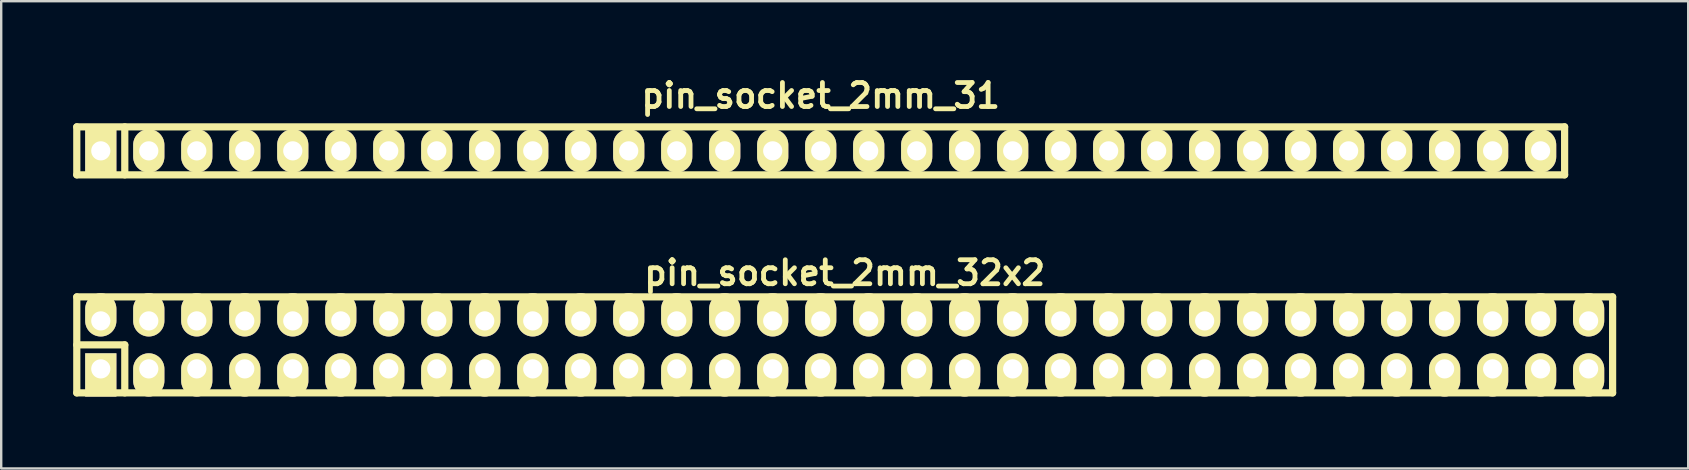
<source format=kicad_pcb>
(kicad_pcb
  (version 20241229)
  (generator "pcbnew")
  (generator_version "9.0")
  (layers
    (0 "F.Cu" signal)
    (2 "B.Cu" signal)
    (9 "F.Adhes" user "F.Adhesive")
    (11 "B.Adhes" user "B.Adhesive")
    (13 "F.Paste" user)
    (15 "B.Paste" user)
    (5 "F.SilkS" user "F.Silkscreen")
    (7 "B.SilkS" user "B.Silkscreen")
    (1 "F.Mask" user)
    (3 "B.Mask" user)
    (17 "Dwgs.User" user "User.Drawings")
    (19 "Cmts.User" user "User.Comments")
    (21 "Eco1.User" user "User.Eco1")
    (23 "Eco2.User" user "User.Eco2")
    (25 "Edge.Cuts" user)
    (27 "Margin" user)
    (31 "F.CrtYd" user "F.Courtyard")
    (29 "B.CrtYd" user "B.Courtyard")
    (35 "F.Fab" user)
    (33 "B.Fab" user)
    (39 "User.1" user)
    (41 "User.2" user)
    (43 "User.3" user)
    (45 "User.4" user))
  (footprint "pin_socket_2mm_31"
    (layer "F.Cu")
    (at 31.15 3.236)
    (property "Reference" "pin_socket_2mm_31" (at 0 -2.3 0) (layer "F.SilkS") (effects (font (size 1 1) (thickness 0.2))))
    (attr through_hole)
    (fp_line (start -31 -1) (end 31 -1) (stroke (width 0.3) (type solid)) (layer "F.SilkS"))
    (fp_line (start -31 1) (end -31 -1) (stroke (width 0.3) (type solid)) (layer "F.SilkS"))
    (fp_line (start -29 -1) (end -29 1) (stroke (width 0.3) (type solid)) (layer "F.SilkS"))
    (fp_line (start 31 -1) (end 31 1) (stroke (width 0.3) (type solid)) (layer "F.SilkS"))
    (fp_line (start 31 1) (end -31 1) (stroke (width 0.3) (type solid)) (layer "F.SilkS"))
    (pad "1" thru_hole rect (at -30 0) (size 1.3 1.8) (drill 0.8) (layers "*.Cu" "*.Mask" "F.SilkS"))
    (pad "2" thru_hole oval (at -28 0) (size 1.3 1.8) (drill 0.8) (layers "*.Cu" "*.Mask" "F.SilkS"))
    (pad "3" thru_hole oval (at -26 0) (size 1.3 1.8) (drill 0.8) (layers "*.Cu" "*.Mask" "F.SilkS"))
    (pad "4" thru_hole oval (at -24 0) (size 1.3 1.8) (drill 0.8) (layers "*.Cu" "*.Mask" "F.SilkS"))
    (pad "5" thru_hole oval (at -22 0) (size 1.3 1.8) (drill 0.8) (layers "*.Cu" "*.Mask" "F.SilkS"))
    (pad "6" thru_hole oval (at -20 0) (size 1.3 1.8) (drill 0.8) (layers "*.Cu" "*.Mask" "F.SilkS"))
    (pad "7" thru_hole oval (at -18 0) (size 1.3 1.8) (drill 0.8) (layers "*.Cu" "*.Mask" "F.SilkS"))
    (pad "8" thru_hole oval (at -16 0) (size 1.3 1.8) (drill 0.8) (layers "*.Cu" "*.Mask" "F.SilkS"))
    (pad "9" thru_hole oval (at -14 0) (size 1.3 1.8) (drill 0.8) (layers "*.Cu" "*.Mask" "F.SilkS"))
    (pad "10" thru_hole oval (at -12 0) (size 1.3 1.8) (drill 0.8) (layers "*.Cu" "*.Mask" "F.SilkS"))
    (pad "11" thru_hole oval (at -10 0) (size 1.3 1.8) (drill 0.8) (layers "*.Cu" "*.Mask" "F.SilkS"))
    (pad "12" thru_hole oval (at -8 0) (size 1.3 1.8) (drill 0.8) (layers "*.Cu" "*.Mask" "F.SilkS"))
    (pad "13" thru_hole oval (at -6 0) (size 1.3 1.8) (drill 0.8) (layers "*.Cu" "*.Mask" "F.SilkS"))
    (pad "14" thru_hole oval (at -4 0) (size 1.3 1.8) (drill 0.8) (layers "*.Cu" "*.Mask" "F.SilkS"))
    (pad "15" thru_hole oval (at -2 0) (size 1.3 1.8) (drill 0.8) (layers "*.Cu" "*.Mask" "F.SilkS"))
    (pad "16" thru_hole oval (at 0 0) (size 1.3 1.8) (drill 0.8) (layers "*.Cu" "*.Mask" "F.SilkS"))
    (pad "17" thru_hole oval (at 2 0) (size 1.3 1.8) (drill 0.8) (layers "*.Cu" "*.Mask" "F.SilkS"))
    (pad "18" thru_hole oval (at 4 0) (size 1.3 1.8) (drill 0.8) (layers "*.Cu" "*.Mask" "F.SilkS"))
    (pad "19" thru_hole oval (at 6 0) (size 1.3 1.8) (drill 0.8) (layers "*.Cu" "*.Mask" "F.SilkS"))
    (pad "20" thru_hole oval (at 8 0) (size 1.3 1.8) (drill 0.8) (layers "*.Cu" "*.Mask" "F.SilkS"))
    (pad "21" thru_hole oval (at 10 0) (size 1.3 1.8) (drill 0.8) (layers "*.Cu" "*.Mask" "F.SilkS"))
    (pad "22" thru_hole oval (at 12 0) (size 1.3 1.8) (drill 0.8) (layers "*.Cu" "*.Mask" "F.SilkS"))
    (pad "23" thru_hole oval (at 14 0) (size 1.3 1.8) (drill 0.8) (layers "*.Cu" "*.Mask" "F.SilkS"))
    (pad "24" thru_hole oval (at 16 0) (size 1.3 1.8) (drill 0.8) (layers "*.Cu" "*.Mask" "F.SilkS"))
    (pad "25" thru_hole oval (at 18 0) (size 1.3 1.8) (drill 0.8) (layers "*.Cu" "*.Mask" "F.SilkS"))
    (pad "26" thru_hole oval (at 20 0) (size 1.3 1.8) (drill 0.8) (layers "*.Cu" "*.Mask" "F.SilkS"))
    (pad "27" thru_hole oval (at 22 0) (size 1.3 1.8) (drill 0.8) (layers "*.Cu" "*.Mask" "F.SilkS"))
    (pad "28" thru_hole oval (at 24 0) (size 1.3 1.8) (drill 0.8) (layers "*.Cu" "*.Mask" "F.SilkS"))
    (pad "29" thru_hole oval (at 26 0) (size 1.3 1.8) (drill 0.8) (layers "*.Cu" "*.Mask" "F.SilkS"))
    (pad "30" thru_hole oval (at 28 0) (size 1.3 1.8) (drill 0.8) (layers "*.Cu" "*.Mask" "F.SilkS"))
    (pad "31" thru_hole oval (at 30 0) (size 1.3 1.8) (drill 0.8) (layers "*.Cu" "*.Mask" "F.SilkS")))
  (footprint "pin_socket_2mm_32x2"
    (layer "F.Cu")
    (at 32.15 11.322)
    (property "Reference" "pin_socket_2mm_32x2" (at 0 -3 0) (layer "F.SilkS") (effects (font (size 1 1) (thickness 0.2))))
    (attr through_hole)
    (fp_line (start -32 -2) (end 32 -2) (stroke (width 0.3) (type solid)) (layer "F.SilkS"))
    (fp_line (start -32 0) (end -30 0) (stroke (width 0.3) (type solid)) (layer "F.SilkS"))
    (fp_line (start -32 2) (end -32 -2) (stroke (width 0.3) (type solid)) (layer "F.SilkS"))
    (fp_line (start -30 0) (end -30 2) (stroke (width 0.3) (type solid)) (layer "F.SilkS"))
    (fp_line (start 32 -2) (end 32 2) (stroke (width 0.3) (type solid)) (layer "F.SilkS"))
    (fp_line (start 32 2) (end -32 2) (stroke (width 0.3) (type solid)) (layer "F.SilkS"))
    (pad "1" thru_hole rect (at -31 1) (size 1.3 1.8) (drill 0.8 (offset 0 0.25)) (layers "*.Cu" "*.Mask" "F.SilkS"))
    (pad "2" thru_hole oval (at -31 -1) (size 1.3 1.8) (drill 0.8 (offset 0 -0.25)) (layers "*.Cu" "*.Mask" "F.SilkS"))
    (pad "3" thru_hole oval (at -29 1) (size 1.3 1.8) (drill 0.8 (offset 0 0.25)) (layers "*.Cu" "*.Mask" "F.SilkS"))
    (pad "4" thru_hole oval (at -29 -1) (size 1.3 1.8) (drill 0.8 (offset 0 -0.25)) (layers "*.Cu" "*.Mask" "F.SilkS"))
    (pad "5" thru_hole oval (at -27 1) (size 1.3 1.8) (drill 0.8 (offset 0 0.25)) (layers "*.Cu" "*.Mask" "F.SilkS"))
    (pad "6" thru_hole oval (at -27 -1) (size 1.3 1.8) (drill 0.8 (offset 0 -0.25)) (layers "*.Cu" "*.Mask" "F.SilkS"))
    (pad "7" thru_hole oval (at -25 1) (size 1.3 1.8) (drill 0.8 (offset 0 0.25)) (layers "*.Cu" "*.Mask" "F.SilkS"))
    (pad "8" thru_hole oval (at -25 -1) (size 1.3 1.8) (drill 0.8 (offset 0 -0.25)) (layers "*.Cu" "*.Mask" "F.SilkS"))
    (pad "9" thru_hole oval (at -23 1) (size 1.3 1.8) (drill 0.8 (offset 0 0.25)) (layers "*.Cu" "*.Mask" "F.SilkS"))
    (pad "10" thru_hole oval (at -23 -1) (size 1.3 1.8) (drill 0.8 (offset 0 -0.25)) (layers "*.Cu" "*.Mask" "F.SilkS"))
    (pad "11" thru_hole oval (at -21 1) (size 1.3 1.8) (drill 0.8 (offset 0 0.25)) (layers "*.Cu" "*.Mask" "F.SilkS"))
    (pad "12" thru_hole oval (at -21 -1) (size 1.3 1.8) (drill 0.8 (offset 0 -0.25)) (layers "*.Cu" "*.Mask" "F.SilkS"))
    (pad "13" thru_hole oval (at -19 1) (size 1.3 1.8) (drill 0.8 (offset 0 0.25)) (layers "*.Cu" "*.Mask" "F.SilkS"))
    (pad "14" thru_hole oval (at -19 -1) (size 1.3 1.8) (drill 0.8 (offset 0 -0.25)) (layers "*.Cu" "*.Mask" "F.SilkS"))
    (pad "15" thru_hole oval (at -17 1) (size 1.3 1.8) (drill 0.8 (offset 0 0.25)) (layers "*.Cu" "*.Mask" "F.SilkS"))
    (pad "16" thru_hole oval (at -17 -1) (size 1.3 1.8) (drill 0.8 (offset 0 -0.25)) (layers "*.Cu" "*.Mask" "F.SilkS"))
    (pad "17" thru_hole oval (at -15 1) (size 1.3 1.8) (drill 0.8 (offset 0 0.25)) (layers "*.Cu" "*.Mask" "F.SilkS"))
    (pad "18" thru_hole oval (at -15 -1) (size 1.3 1.8) (drill 0.8 (offset 0 -0.25)) (layers "*.Cu" "*.Mask" "F.SilkS"))
    (pad "19" thru_hole oval (at -13 1) (size 1.3 1.8) (drill 0.8 (offset 0 0.25)) (layers "*.Cu" "*.Mask" "F.SilkS"))
    (pad "20" thru_hole oval (at -13 -1) (size 1.3 1.8) (drill 0.8 (offset 0 -0.25)) (layers "*.Cu" "*.Mask" "F.SilkS"))
    (pad "21" thru_hole oval (at -11 1) (size 1.3 1.8) (drill 0.8 (offset 0 0.25)) (layers "*.Cu" "*.Mask" "F.SilkS"))
    (pad "22" thru_hole oval (at -11 -1) (size 1.3 1.8) (drill 0.8 (offset 0 -0.25)) (layers "*.Cu" "*.Mask" "F.SilkS"))
    (pad "23" thru_hole oval (at -9 1) (size 1.3 1.8) (drill 0.8 (offset 0 0.25)) (layers "*.Cu" "*.Mask" "F.SilkS"))
    (pad "24" thru_hole oval (at -9 -1) (size 1.3 1.8) (drill 0.8 (offset 0 -0.25)) (layers "*.Cu" "*.Mask" "F.SilkS"))
    (pad "25" thru_hole oval (at -7 1) (size 1.3 1.8) (drill 0.8 (offset 0 0.25)) (layers "*.Cu" "*.Mask" "F.SilkS"))
    (pad "26" thru_hole oval (at -7 -1) (size 1.3 1.8) (drill 0.8 (offset 0 -0.25)) (layers "*.Cu" "*.Mask" "F.SilkS"))
    (pad "27" thru_hole oval (at -5 1) (size 1.3 1.8) (drill 0.8 (offset 0 0.25)) (layers "*.Cu" "*.Mask" "F.SilkS"))
    (pad "28" thru_hole oval (at -5 -1) (size 1.3 1.8) (drill 0.8 (offset 0 -0.25)) (layers "*.Cu" "*.Mask" "F.SilkS"))
    (pad "29" thru_hole oval (at -3 1) (size 1.3 1.8) (drill 0.8 (offset 0 0.25)) (layers "*.Cu" "*.Mask" "F.SilkS"))
    (pad "30" thru_hole oval (at -3 -1) (size 1.3 1.8) (drill 0.8 (offset 0 -0.25)) (layers "*.Cu" "*.Mask" "F.SilkS"))
    (pad "31" thru_hole oval (at -1 1) (size 1.3 1.8) (drill 0.8 (offset 0 0.25)) (layers "*.Cu" "*.Mask" "F.SilkS"))
    (pad "32" thru_hole oval (at -1 -1) (size 1.3 1.8) (drill 0.8 (offset 0 -0.25)) (layers "*.Cu" "*.Mask" "F.SilkS"))
    (pad "33" thru_hole oval (at 1 1) (size 1.3 1.8) (drill 0.8 (offset 0 0.25)) (layers "*.Cu" "*.Mask" "F.SilkS"))
    (pad "34" thru_hole oval (at 1 -1) (size 1.3 1.8) (drill 0.8 (offset 0 -0.25)) (layers "*.Cu" "*.Mask" "F.SilkS"))
    (pad "35" thru_hole oval (at 3 1) (size 1.3 1.8) (drill 0.8 (offset 0 0.25)) (layers "*.Cu" "*.Mask" "F.SilkS"))
    (pad "36" thru_hole oval (at 3 -1) (size 1.3 1.8) (drill 0.8 (offset 0 -0.25)) (layers "*.Cu" "*.Mask" "F.SilkS"))
    (pad "37" thru_hole oval (at 5 1) (size 1.3 1.8) (drill 0.8 (offset 0 0.25)) (layers "*.Cu" "*.Mask" "F.SilkS"))
    (pad "38" thru_hole oval (at 5 -1) (size 1.3 1.8) (drill 0.8 (offset 0 -0.25)) (layers "*.Cu" "*.Mask" "F.SilkS"))
    (pad "39" thru_hole oval (at 7 1) (size 1.3 1.8) (drill 0.8 (offset 0 0.25)) (layers "*.Cu" "*.Mask" "F.SilkS"))
    (pad "40" thru_hole oval (at 7 -1) (size 1.3 1.8) (drill 0.8 (offset 0 -0.25)) (layers "*.Cu" "*.Mask" "F.SilkS"))
    (pad "41" thru_hole oval (at 9 1) (size 1.3 1.8) (drill 0.8 (offset 0 0.25)) (layers "*.Cu" "*.Mask" "F.SilkS"))
    (pad "42" thru_hole oval (at 9 -1) (size 1.3 1.8) (drill 0.8 (offset 0 -0.25)) (layers "*.Cu" "*.Mask" "F.SilkS"))
    (pad "43" thru_hole oval (at 11 1) (size 1.3 1.8) (drill 0.8 (offset 0 0.25)) (layers "*.Cu" "*.Mask" "F.SilkS"))
    (pad "44" thru_hole oval (at 11 -1) (size 1.3 1.8) (drill 0.8 (offset 0 -0.25)) (layers "*.Cu" "*.Mask" "F.SilkS"))
    (pad "45" thru_hole oval (at 13 1) (size 1.3 1.8) (drill 0.8 (offset 0 0.25)) (layers "*.Cu" "*.Mask" "F.SilkS"))
    (pad "46" thru_hole oval (at 13 -1) (size 1.3 1.8) (drill 0.8 (offset 0 -0.25)) (layers "*.Cu" "*.Mask" "F.SilkS"))
    (pad "47" thru_hole oval (at 15 1) (size 1.3 1.8) (drill 0.8 (offset 0 0.25)) (layers "*.Cu" "*.Mask" "F.SilkS"))
    (pad "48" thru_hole oval (at 15 -1) (size 1.3 1.8) (drill 0.8 (offset 0 -0.25)) (layers "*.Cu" "*.Mask" "F.SilkS"))
    (pad "49" thru_hole oval (at 17 1) (size 1.3 1.8) (drill 0.8 (offset 0 0.25)) (layers "*.Cu" "*.Mask" "F.SilkS"))
    (pad "50" thru_hole oval (at 17 -1) (size 1.3 1.8) (drill 0.8 (offset 0 -0.25)) (layers "*.Cu" "*.Mask" "F.SilkS"))
    (pad "51" thru_hole oval (at 19 1) (size 1.3 1.8) (drill 0.8 (offset 0 0.25)) (layers "*.Cu" "*.Mask" "F.SilkS"))
    (pad "52" thru_hole oval (at 19 -1) (size 1.3 1.8) (drill 0.8 (offset 0 -0.25)) (layers "*.Cu" "*.Mask" "F.SilkS"))
    (pad "53" thru_hole oval (at 21 1) (size 1.3 1.8) (drill 0.8 (offset 0 0.25)) (layers "*.Cu" "*.Mask" "F.SilkS"))
    (pad "54" thru_hole oval (at 21 -1) (size 1.3 1.8) (drill 0.8 (offset 0 -0.25)) (layers "*.Cu" "*.Mask" "F.SilkS"))
    (pad "55" thru_hole oval (at 23 1) (size 1.3 1.8) (drill 0.8 (offset 0 0.25)) (layers "*.Cu" "*.Mask" "F.SilkS"))
    (pad "56" thru_hole oval (at 23 -1) (size 1.3 1.8) (drill 0.8 (offset 0 -0.25)) (layers "*.Cu" "*.Mask" "F.SilkS"))
    (pad "57" thru_hole oval (at 25 1) (size 1.3 1.8) (drill 0.8 (offset 0 0.25)) (layers "*.Cu" "*.Mask" "F.SilkS"))
    (pad "58" thru_hole oval (at 25 -1) (size 1.3 1.8) (drill 0.8 (offset 0 -0.25)) (layers "*.Cu" "*.Mask" "F.SilkS"))
    (pad "59" thru_hole oval (at 27 1) (size 1.3 1.8) (drill 0.8 (offset 0 0.25)) (layers "*.Cu" "*.Mask" "F.SilkS"))
    (pad "60" thru_hole oval (at 27 -1) (size 1.3 1.8) (drill 0.8 (offset 0 -0.25)) (layers "*.Cu" "*.Mask" "F.SilkS"))
    (pad "61" thru_hole oval (at 29 1) (size 1.3 1.8) (drill 0.8 (offset 0 0.25)) (layers "*.Cu" "*.Mask" "F.SilkS"))
    (pad "62" thru_hole oval (at 29 -1) (size 1.3 1.8) (drill 0.8 (offset 0 -0.25)) (layers "*.Cu" "*.Mask" "F.SilkS"))
    (pad "63" thru_hole oval (at 31 1) (size 1.3 1.8) (drill 0.8 (offset 0 0.25)) (layers "*.Cu" "*.Mask" "F.SilkS"))
    (pad "64" thru_hole oval (at 31 -1) (size 1.3 1.8) (drill 0.8 (offset 0 -0.25)) (layers "*.Cu" "*.Mask" "F.SilkS")))
  (gr_rect
    (start -3 -3)
    (end 67.3 16.472)
    (stroke (width 0.1) (type default))
    (fill no)
    (layer "Edge.Cuts")))
</source>
